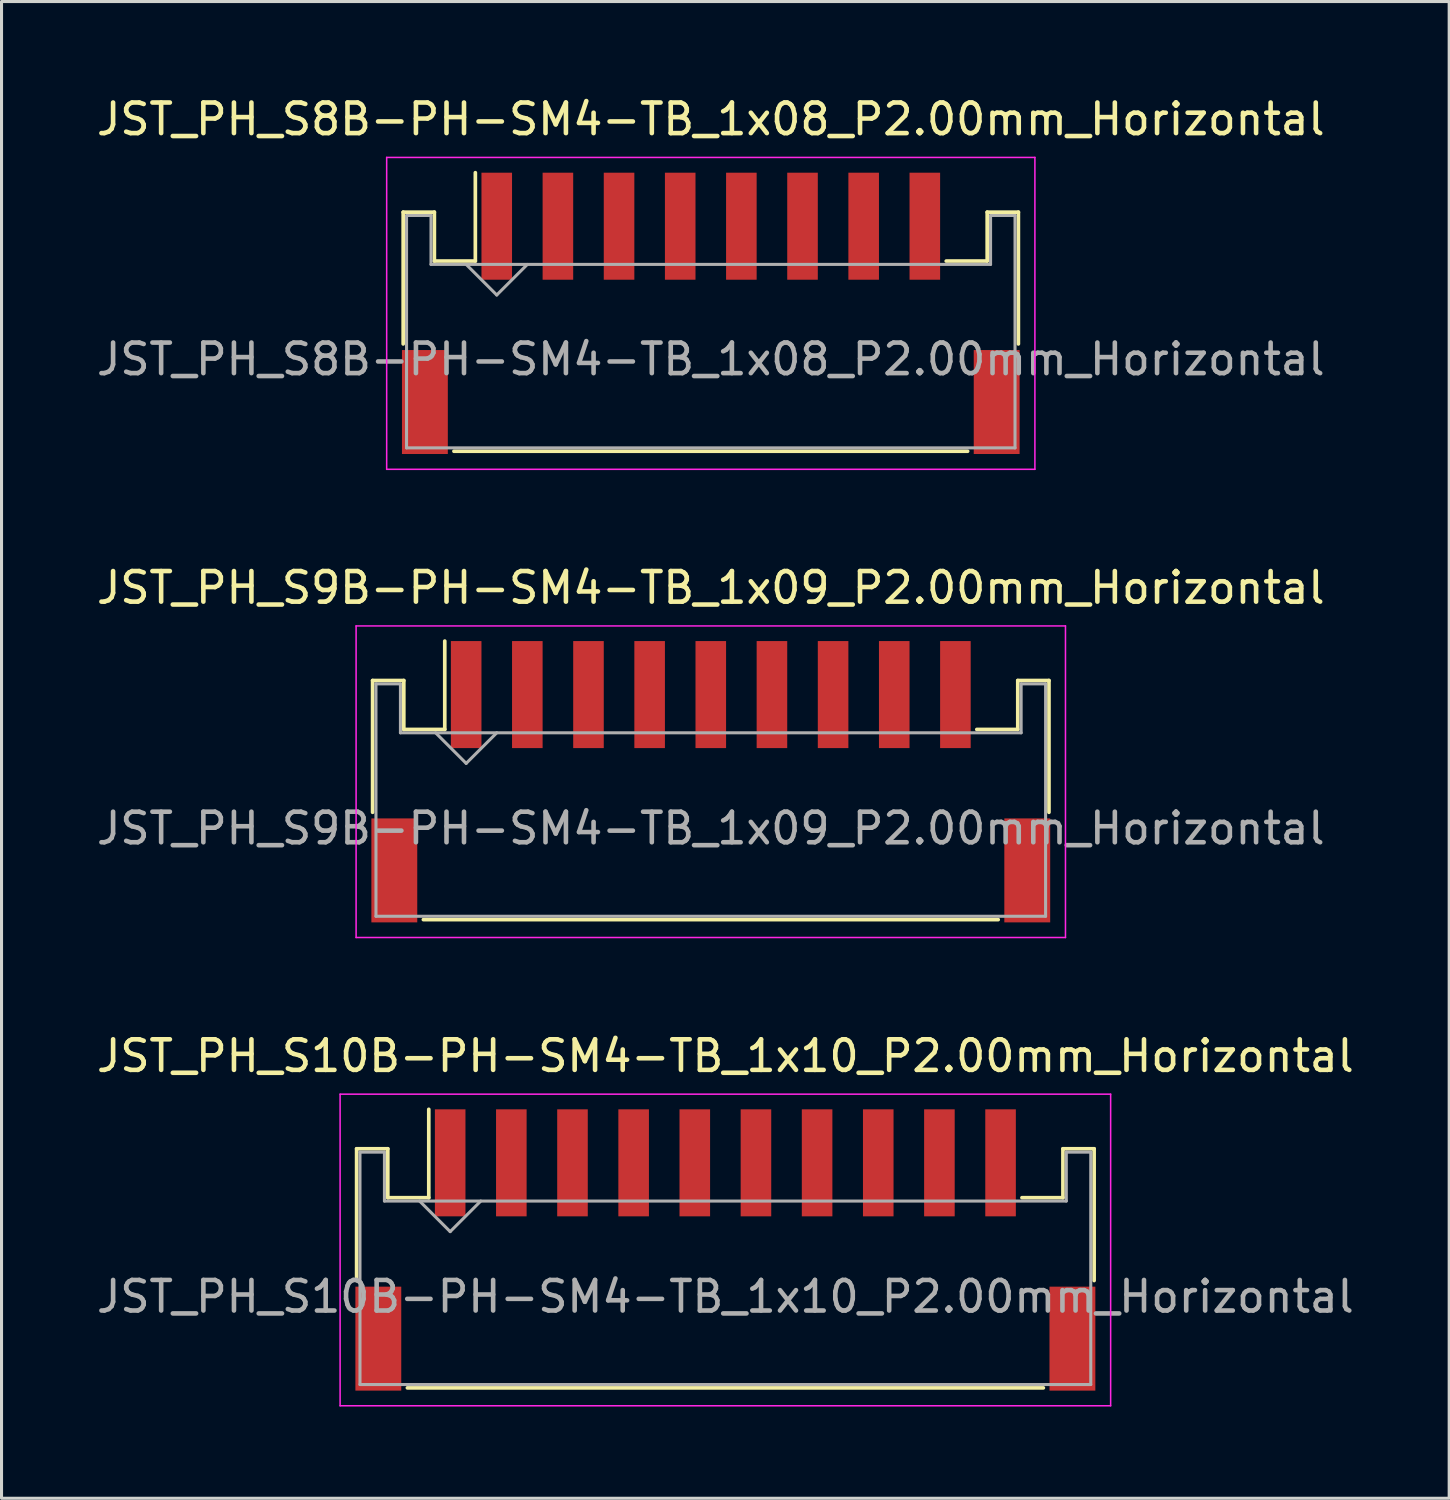
<source format=kicad_pcb>
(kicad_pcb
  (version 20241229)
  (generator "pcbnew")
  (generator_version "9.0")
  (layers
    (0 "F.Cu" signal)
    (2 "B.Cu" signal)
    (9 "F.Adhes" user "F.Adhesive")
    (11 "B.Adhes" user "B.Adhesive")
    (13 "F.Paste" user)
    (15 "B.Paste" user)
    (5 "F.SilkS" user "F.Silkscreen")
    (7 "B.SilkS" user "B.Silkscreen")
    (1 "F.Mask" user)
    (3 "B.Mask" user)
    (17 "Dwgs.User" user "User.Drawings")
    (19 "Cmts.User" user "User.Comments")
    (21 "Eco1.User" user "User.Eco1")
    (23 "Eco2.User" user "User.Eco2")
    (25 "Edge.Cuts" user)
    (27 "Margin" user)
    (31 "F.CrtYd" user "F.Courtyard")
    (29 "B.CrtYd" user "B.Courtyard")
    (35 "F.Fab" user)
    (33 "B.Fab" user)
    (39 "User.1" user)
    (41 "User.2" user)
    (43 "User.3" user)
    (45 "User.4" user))
  (footprint "JST_PH_S9B-PH-SM4-TB_1x09_P2.00mm_Horizontal"
    (layer "F.Cu")
    (at 20.196 22.541)
    (property "Reference" "JST_PH_S9B-PH-SM4-TB_1x09_P2.00mm_Horizontal" (at 0 -6.37 0) (layer "F.SilkS") (effects (font (size 1 1) (thickness 0.15))))
    (attr smd)
    (fp_line (start -11.06 -3.335) (end -11.06 0.975) (stroke (width 0.12) (type solid)) (layer "F.SilkS"))
    (fp_line (start -10.04 -3.335) (end -11.06 -3.335) (stroke (width 0.12) (type solid)) (layer "F.SilkS"))
    (fp_line (start -10.04 -1.735) (end -10.04 -3.335) (stroke (width 0.12) (type solid)) (layer "F.SilkS"))
    (fp_line (start -9.4 4.485) (end 9.4 4.485) (stroke (width 0.12) (type solid)) (layer "F.SilkS"))
    (fp_line (start -8.7 -1.735) (end -10.04 -1.735) (stroke (width 0.12) (type solid)) (layer "F.SilkS"))
    (fp_line (start -8.7 -1.735) (end -8.7 -4.625) (stroke (width 0.12) (type solid)) (layer "F.SilkS"))
    (fp_line (start 10.04 -3.335) (end 10.04 -1.735) (stroke (width 0.12) (type solid)) (layer "F.SilkS"))
    (fp_line (start 10.04 -1.735) (end 8.7 -1.735) (stroke (width 0.12) (type solid)) (layer "F.SilkS"))
    (fp_line (start 11.06 -3.335) (end 10.04 -3.335) (stroke (width 0.12) (type solid)) (layer "F.SilkS"))
    (fp_line (start 11.06 0.975) (end 11.06 -3.335) (stroke (width 0.12) (type solid)) (layer "F.SilkS"))
    (fp_line (start -11.6 -5.12) (end -11.6 5.07) (stroke (width 0.05) (type solid)) (layer "F.CrtYd"))
    (fp_line (start -11.6 5.07) (end 11.6 5.07) (stroke (width 0.05) (type solid)) (layer "F.CrtYd"))
    (fp_line (start 11.6 -5.12) (end -11.6 -5.12) (stroke (width 0.05) (type solid)) (layer "F.CrtYd"))
    (fp_line (start 11.6 5.07) (end 11.6 -5.12) (stroke (width 0.05) (type solid)) (layer "F.CrtYd"))
    (fp_line (start -10.95 -3.225) (end -10.95 4.375) (stroke (width 0.1) (type solid)) (layer "F.Fab"))
    (fp_line (start -10.95 4.375) (end 10.95 4.375) (stroke (width 0.1) (type solid)) (layer "F.Fab"))
    (fp_line (start -10.15 -3.225) (end -10.95 -3.225) (stroke (width 0.1) (type solid)) (layer "F.Fab"))
    (fp_line (start -10.15 -1.625) (end -10.15 -3.225) (stroke (width 0.1) (type solid)) (layer "F.Fab"))
    (fp_line (start -9 -1.625) (end -8 -0.625) (stroke (width 0.1) (type solid)) (layer "F.Fab"))
    (fp_line (start -8 -0.625) (end -7 -1.625) (stroke (width 0.1) (type solid)) (layer "F.Fab"))
    (fp_line (start 10.15 -3.225) (end 10.15 -1.625) (stroke (width 0.1) (type solid)) (layer "F.Fab"))
    (fp_line (start 10.15 -1.625) (end -10.15 -1.625) (stroke (width 0.1) (type solid)) (layer "F.Fab"))
    (fp_line (start 10.95 -3.225) (end 10.15 -3.225) (stroke (width 0.1) (type solid)) (layer "F.Fab"))
    (fp_line (start 10.95 4.375) (end 10.95 -3.225) (stroke (width 0.1) (type solid)) (layer "F.Fab"))
    (fp_text user "${REFERENCE}" (at 0 1.5 0) (layer "F.Fab") (effects (font (size 1 1) (thickness 0.15))))
    (pad "" smd rect (at -10.35 2.875) (size 1.5 3.4) (layers "F.Cu" "F.Mask" "F.Paste"))
    (pad "" smd rect (at 10.35 2.875) (size 1.5 3.4) (layers "F.Cu" "F.Mask" "F.Paste"))
    (pad "1" smd rect (at -8 -2.875) (size 1 3.5) (layers "F.Cu" "F.Mask" "F.Paste"))
    (pad "2" smd rect (at -6 -2.875) (size 1 3.5) (layers "F.Cu" "F.Mask" "F.Paste"))
    (pad "3" smd rect (at -4 -2.875) (size 1 3.5) (layers "F.Cu" "F.Mask" "F.Paste"))
    (pad "4" smd rect (at -2 -2.875) (size 1 3.5) (layers "F.Cu" "F.Mask" "F.Paste"))
    (pad "5" smd rect (at 0 -2.875) (size 1 3.5) (layers "F.Cu" "F.Mask" "F.Paste"))
    (pad "6" smd rect (at 2 -2.875) (size 1 3.5) (layers "F.Cu" "F.Mask" "F.Paste"))
    (pad "7" smd rect (at 4 -2.875) (size 1 3.5) (layers "F.Cu" "F.Mask" "F.Paste"))
    (pad "8" smd rect (at 6 -2.875) (size 1 3.5) (layers "F.Cu" "F.Mask" "F.Paste"))
    (pad "9" smd rect (at 8 -2.875) (size 1 3.5) (layers "F.Cu" "F.Mask" "F.Paste")))
  (footprint "JST_PH_S10B-PH-SM4-TB_1x10_P2.00mm_Horizontal"
    (layer "F.Cu")
    (at 20.673 37.855)
    (property "Reference" "JST_PH_S10B-PH-SM4-TB_1x10_P2.00mm_Horizontal" (at 0 -6.37 0) (layer "F.SilkS") (effects (font (size 1 1) (thickness 0.15))))
    (attr smd)
    (fp_line (start -12.06 -3.335) (end -12.06 0.975) (stroke (width 0.12) (type solid)) (layer "F.SilkS"))
    (fp_line (start -11.04 -3.335) (end -12.06 -3.335) (stroke (width 0.12) (type solid)) (layer "F.SilkS"))
    (fp_line (start -11.04 -1.735) (end -11.04 -3.335) (stroke (width 0.12) (type solid)) (layer "F.SilkS"))
    (fp_line (start -10.4 4.485) (end 10.4 4.485) (stroke (width 0.12) (type solid)) (layer "F.SilkS"))
    (fp_line (start -9.7 -1.735) (end -11.04 -1.735) (stroke (width 0.12) (type solid)) (layer "F.SilkS"))
    (fp_line (start -9.7 -1.735) (end -9.7 -4.625) (stroke (width 0.12) (type solid)) (layer "F.SilkS"))
    (fp_line (start 11.04 -3.335) (end 11.04 -1.735) (stroke (width 0.12) (type solid)) (layer "F.SilkS"))
    (fp_line (start 11.04 -1.735) (end 9.7 -1.735) (stroke (width 0.12) (type solid)) (layer "F.SilkS"))
    (fp_line (start 12.06 -3.335) (end 11.04 -3.335) (stroke (width 0.12) (type solid)) (layer "F.SilkS"))
    (fp_line (start 12.06 0.975) (end 12.06 -3.335) (stroke (width 0.12) (type solid)) (layer "F.SilkS"))
    (fp_line (start -12.6 -5.12) (end -12.6 5.07) (stroke (width 0.05) (type solid)) (layer "F.CrtYd"))
    (fp_line (start -12.6 5.07) (end 12.6 5.07) (stroke (width 0.05) (type solid)) (layer "F.CrtYd"))
    (fp_line (start 12.6 -5.12) (end -12.6 -5.12) (stroke (width 0.05) (type solid)) (layer "F.CrtYd"))
    (fp_line (start 12.6 5.07) (end 12.6 -5.12) (stroke (width 0.05) (type solid)) (layer "F.CrtYd"))
    (fp_line (start -11.95 -3.225) (end -11.95 4.375) (stroke (width 0.1) (type solid)) (layer "F.Fab"))
    (fp_line (start -11.95 4.375) (end 11.95 4.375) (stroke (width 0.1) (type solid)) (layer "F.Fab"))
    (fp_line (start -11.15 -3.225) (end -11.95 -3.225) (stroke (width 0.1) (type solid)) (layer "F.Fab"))
    (fp_line (start -11.15 -1.625) (end -11.15 -3.225) (stroke (width 0.1) (type solid)) (layer "F.Fab"))
    (fp_line (start -10 -1.625) (end -9 -0.625) (stroke (width 0.1) (type solid)) (layer "F.Fab"))
    (fp_line (start -9 -0.625) (end -8 -1.625) (stroke (width 0.1) (type solid)) (layer "F.Fab"))
    (fp_line (start 11.15 -3.225) (end 11.15 -1.625) (stroke (width 0.1) (type solid)) (layer "F.Fab"))
    (fp_line (start 11.15 -1.625) (end -11.15 -1.625) (stroke (width 0.1) (type solid)) (layer "F.Fab"))
    (fp_line (start 11.95 -3.225) (end 11.15 -3.225) (stroke (width 0.1) (type solid)) (layer "F.Fab"))
    (fp_line (start 11.95 4.375) (end 11.95 -3.225) (stroke (width 0.1) (type solid)) (layer "F.Fab"))
    (fp_text user "${REFERENCE}" (at 0 1.5 0) (layer "F.Fab") (effects (font (size 1 1) (thickness 0.15))))
    (pad "" smd rect (at -11.35 2.875) (size 1.5 3.4) (layers "F.Cu" "F.Mask" "F.Paste"))
    (pad "" smd rect (at 11.35 2.875) (size 1.5 3.4) (layers "F.Cu" "F.Mask" "F.Paste"))
    (pad "1" smd rect (at -9 -2.875) (size 1 3.5) (layers "F.Cu" "F.Mask" "F.Paste"))
    (pad "2" smd rect (at -7 -2.875) (size 1 3.5) (layers "F.Cu" "F.Mask" "F.Paste"))
    (pad "3" smd rect (at -5 -2.875) (size 1 3.5) (layers "F.Cu" "F.Mask" "F.Paste"))
    (pad "4" smd rect (at -3 -2.875) (size 1 3.5) (layers "F.Cu" "F.Mask" "F.Paste"))
    (pad "5" smd rect (at -1 -2.875) (size 1 3.5) (layers "F.Cu" "F.Mask" "F.Paste"))
    (pad "6" smd rect (at 1 -2.875) (size 1 3.5) (layers "F.Cu" "F.Mask" "F.Paste"))
    (pad "7" smd rect (at 3 -2.875) (size 1 3.5) (layers "F.Cu" "F.Mask" "F.Paste"))
    (pad "8" smd rect (at 5 -2.875) (size 1 3.5) (layers "F.Cu" "F.Mask" "F.Paste"))
    (pad "9" smd rect (at 7 -2.875) (size 1 3.5) (layers "F.Cu" "F.Mask" "F.Paste"))
    (pad "10" smd rect (at 9 -2.875) (size 1 3.5) (layers "F.Cu" "F.Mask" "F.Paste")))
  (footprint "JST_PH_S8B-PH-SM4-TB_1x08_P2.00mm_Horizontal"
    (layer "F.Cu")
    (at 20.196 7.198)
    (property "Reference" "JST_PH_S8B-PH-SM4-TB_1x08_P2.00mm_Horizontal" (at 0 -6.35 0) (layer "F.SilkS") (effects (font (size 1 1) (thickness 0.15))))
    (attr smd)
    (fp_line (start -10.06 -3.31) (end -10.06 1) (stroke (width 0.12) (type solid)) (layer "F.SilkS"))
    (fp_line (start -9.04 -3.31) (end -10.06 -3.31) (stroke (width 0.12) (type solid)) (layer "F.SilkS"))
    (fp_line (start -9.04 -1.71) (end -9.04 -3.31) (stroke (width 0.12) (type solid)) (layer "F.SilkS"))
    (fp_line (start -8.4 4.51) (end 8.4 4.51) (stroke (width 0.12) (type solid)) (layer "F.SilkS"))
    (fp_line (start -7.7 -1.71) (end -9.04 -1.71) (stroke (width 0.12) (type solid)) (layer "F.SilkS"))
    (fp_line (start -7.7 -1.71) (end -7.7 -4.6) (stroke (width 0.12) (type solid)) (layer "F.SilkS"))
    (fp_line (start 9.04 -3.31) (end 9.04 -1.71) (stroke (width 0.12) (type solid)) (layer "F.SilkS"))
    (fp_line (start 9.04 -1.71) (end 7.7 -1.71) (stroke (width 0.12) (type solid)) (layer "F.SilkS"))
    (fp_line (start 10.06 -3.31) (end 9.04 -3.31) (stroke (width 0.12) (type solid)) (layer "F.SilkS"))
    (fp_line (start 10.06 1) (end 10.06 -3.31) (stroke (width 0.12) (type solid)) (layer "F.SilkS"))
    (fp_line (start -10.6 -5.1) (end -10.6 5.1) (stroke (width 0.05) (type solid)) (layer "F.CrtYd"))
    (fp_line (start -10.6 5.1) (end 10.6 5.1) (stroke (width 0.05) (type solid)) (layer "F.CrtYd"))
    (fp_line (start 10.6 -5.1) (end -10.6 -5.1) (stroke (width 0.05) (type solid)) (layer "F.CrtYd"))
    (fp_line (start 10.6 5.1) (end 10.6 -5.1) (stroke (width 0.05) (type solid)) (layer "F.CrtYd"))
    (fp_line (start -9.95 -3.2) (end -9.95 4.4) (stroke (width 0.1) (type solid)) (layer "F.Fab"))
    (fp_line (start -9.95 4.4) (end 9.95 4.4) (stroke (width 0.1) (type solid)) (layer "F.Fab"))
    (fp_line (start -9.15 -3.2) (end -9.95 -3.2) (stroke (width 0.1) (type solid)) (layer "F.Fab"))
    (fp_line (start -9.15 -1.6) (end -9.15 -3.2) (stroke (width 0.1) (type solid)) (layer "F.Fab"))
    (fp_line (start -8 -1.6) (end -7 -0.6) (stroke (width 0.1) (type solid)) (layer "F.Fab"))
    (fp_line (start -7 -0.6) (end -6 -1.6) (stroke (width 0.1) (type solid)) (layer "F.Fab"))
    (fp_line (start 9.15 -3.2) (end 9.15 -1.6) (stroke (width 0.1) (type solid)) (layer "F.Fab"))
    (fp_line (start 9.15 -1.6) (end -9.15 -1.6) (stroke (width 0.1) (type solid)) (layer "F.Fab"))
    (fp_line (start 9.95 -3.2) (end 9.15 -3.2) (stroke (width 0.1) (type solid)) (layer "F.Fab"))
    (fp_line (start 9.95 4.4) (end 9.95 -3.2) (stroke (width 0.1) (type solid)) (layer "F.Fab"))
    (fp_text user "${REFERENCE}" (at 0 1.5 0) (layer "F.Fab") (effects (font (size 1 1) (thickness 0.15))))
    (pad "" smd rect (at -9.35 2.9) (size 1.5 3.4) (layers "F.Cu" "F.Mask" "F.Paste"))
    (pad "" smd rect (at 9.35 2.9) (size 1.5 3.4) (layers "F.Cu" "F.Mask" "F.Paste"))
    (pad "1" smd rect (at -7 -2.85) (size 1 3.5) (layers "F.Cu" "F.Mask" "F.Paste"))
    (pad "2" smd rect (at -5 -2.85) (size 1 3.5) (layers "F.Cu" "F.Mask" "F.Paste"))
    (pad "3" smd rect (at -3 -2.85) (size 1 3.5) (layers "F.Cu" "F.Mask" "F.Paste"))
    (pad "4" smd rect (at -1 -2.85) (size 1 3.5) (layers "F.Cu" "F.Mask" "F.Paste"))
    (pad "5" smd rect (at 1 -2.85) (size 1 3.5) (layers "F.Cu" "F.Mask" "F.Paste"))
    (pad "6" smd rect (at 3 -2.85) (size 1 3.5) (layers "F.Cu" "F.Mask" "F.Paste"))
    (pad "7" smd rect (at 5 -2.85) (size 1 3.5) (layers "F.Cu" "F.Mask" "F.Paste"))
    (pad "8" smd rect (at 7 -2.85) (size 1 3.5) (layers "F.Cu" "F.Mask" "F.Paste")))
  (gr_rect
    (start -3 -3)
    (end 44.345 45.95)
    (stroke (width 0.1) (type default))
    (fill no)
    (layer "Edge.Cuts")))
</source>
